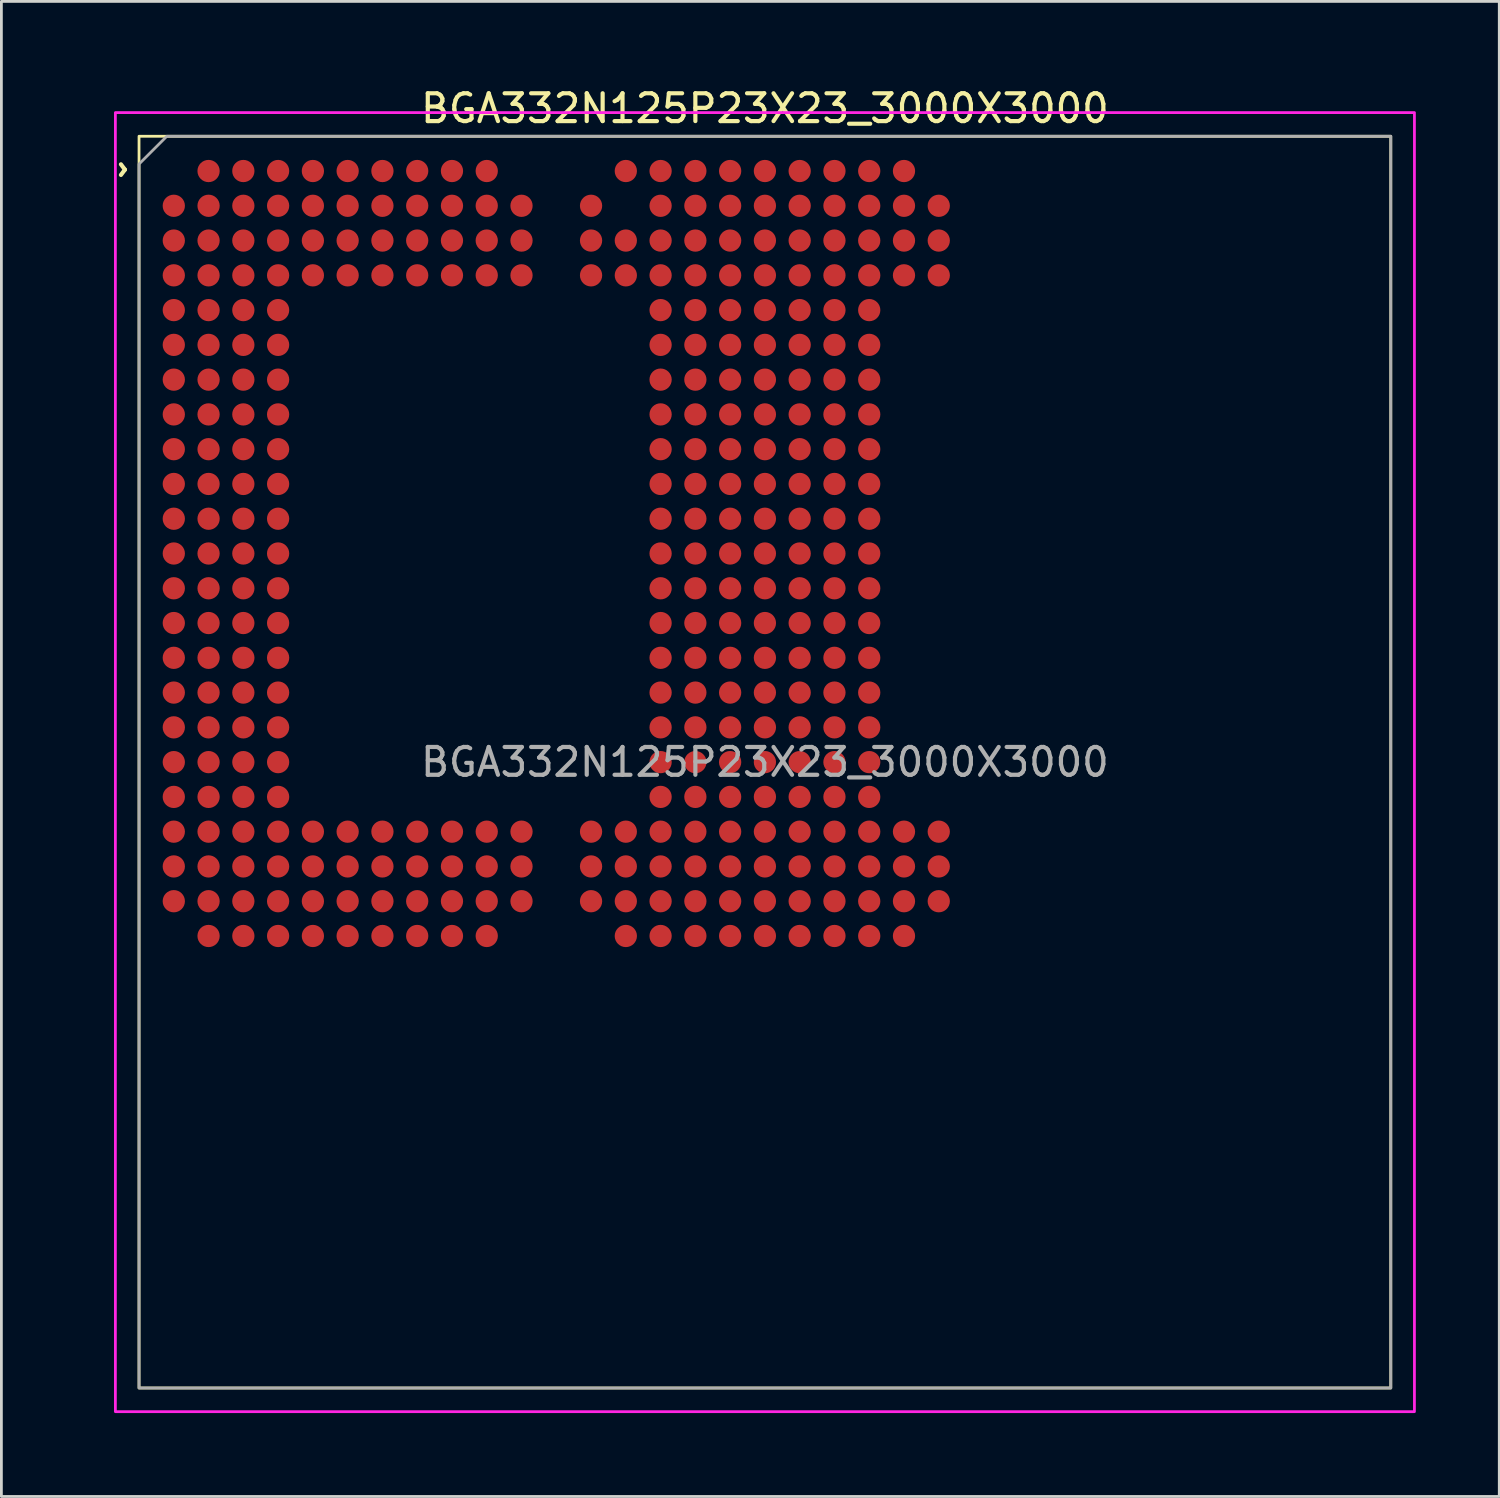
<source format=kicad_pcb>
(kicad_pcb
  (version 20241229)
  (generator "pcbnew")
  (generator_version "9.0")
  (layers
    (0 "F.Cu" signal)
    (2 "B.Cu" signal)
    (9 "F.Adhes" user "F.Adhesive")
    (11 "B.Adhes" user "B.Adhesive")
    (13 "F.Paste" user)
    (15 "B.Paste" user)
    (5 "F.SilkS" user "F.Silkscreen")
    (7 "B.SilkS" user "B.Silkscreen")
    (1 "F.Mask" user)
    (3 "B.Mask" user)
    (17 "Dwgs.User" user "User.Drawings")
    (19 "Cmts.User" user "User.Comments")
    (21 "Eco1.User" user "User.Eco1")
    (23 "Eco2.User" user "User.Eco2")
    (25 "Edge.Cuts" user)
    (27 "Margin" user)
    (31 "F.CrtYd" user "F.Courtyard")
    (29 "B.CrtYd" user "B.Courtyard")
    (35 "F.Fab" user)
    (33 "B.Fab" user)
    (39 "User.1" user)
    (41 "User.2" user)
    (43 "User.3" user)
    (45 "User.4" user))
  (footprint "BGA332N125P23X23_3000X3000"
    (layer "F.Cu")
    (at 24.448 24.348)
    (property "Reference" "BGA332N125P23X23_3000X3000" (at 0 -23.5 0) (layer "F.SilkS") (effects (font (size 1 1) (thickness 0.15))))
    (attr smd)
    (fp_rect (start -22.5 -22.5) (end 22.5 22.5) (stroke (width 0.1) (type default)) (fill no) (layer "F.SilkS"))
    (fp_poly (pts (xy 23.35 23.35) (xy 23.35 -23.35) (xy -23.35 -23.35) (xy -23.35 23.35)) (stroke (width 0.1) (type solid)) (fill no) (layer "F.CrtYd"))
    (fp_poly (pts (xy -22.5 22.5) (xy -22.5 -21.5) (xy -21.5 -22.5) (xy 22.5 -22.5) (xy 22.5 22.5)) (stroke (width 0.1) (type solid)) (fill no) (layer "F.Fab"))
    (fp_text user "^" (at -23.6 -21.3 270) (unlocked yes) (layer "F.SilkS") (effects (font (size 1 1) (thickness 0.15))))
    (fp_text user "${REFERENCE}" (at 0 0 0) (layer "F.Fab") (effects (font (size 1 1) (thickness 0.15))))
    (pad "A2" smd circle (at -20 -21.25) (size 0.8 0.8) (layers "F.Cu" "F.Mask" "F.Paste"))
    (pad "A3" smd circle (at -18.75 -21.25) (size 0.8 0.8) (layers "F.Cu" "F.Mask" "F.Paste"))
    (pad "A4" smd circle (at -17.5 -21.25) (size 0.8 0.8) (layers "F.Cu" "F.Mask" "F.Paste"))
    (pad "A5" smd circle (at -16.25 -21.25) (size 0.8 0.8) (layers "F.Cu" "F.Mask" "F.Paste"))
    (pad "A6" smd circle (at -15 -21.25) (size 0.8 0.8) (layers "F.Cu" "F.Mask" "F.Paste"))
    (pad "A7" smd circle (at -13.75 -21.25) (size 0.8 0.8) (layers "F.Cu" "F.Mask" "F.Paste"))
    (pad "A8" smd circle (at -12.5 -21.25) (size 0.8 0.8) (layers "F.Cu" "F.Mask" "F.Paste"))
    (pad "A9" smd circle (at -11.25 -21.25) (size 0.8 0.8) (layers "F.Cu" "F.Mask" "F.Paste"))
    (pad "A10" smd circle (at -10 -21.25) (size 0.8 0.8) (layers "F.Cu" "F.Mask" "F.Paste"))
    (pad "A14" smd circle (at -5 -21.25) (size 0.8 0.8) (layers "F.Cu" "F.Mask" "F.Paste"))
    (pad "A15" smd circle (at -3.75 -21.25) (size 0.8 0.8) (layers "F.Cu" "F.Mask" "F.Paste"))
    (pad "A16" smd circle (at -2.5 -21.25) (size 0.8 0.8) (layers "F.Cu" "F.Mask" "F.Paste"))
    (pad "A17" smd circle (at -1.25 -21.25) (size 0.8 0.8) (layers "F.Cu" "F.Mask" "F.Paste"))
    (pad "A18" smd circle (at 0 -21.25) (size 0.8 0.8) (layers "F.Cu" "F.Mask" "F.Paste"))
    (pad "A19" smd circle (at 1.25 -21.25) (size 0.8 0.8) (layers "F.Cu" "F.Mask" "F.Paste"))
    (pad "A20" smd circle (at 2.5 -21.25) (size 0.8 0.8) (layers "F.Cu" "F.Mask" "F.Paste"))
    (pad "A21" smd circle (at 3.75 -21.25) (size 0.8 0.8) (layers "F.Cu" "F.Mask" "F.Paste"))
    (pad "A22" smd circle (at 5 -21.25) (size 0.8 0.8) (layers "F.Cu" "F.Mask" "F.Paste"))
    (pad "AA1" smd circle (at -21.25 3.75) (size 0.8 0.8) (layers "F.Cu" "F.Mask" "F.Paste"))
    (pad "AA2" smd circle (at -20 3.75) (size 0.8 0.8) (layers "F.Cu" "F.Mask" "F.Paste"))
    (pad "AA3" smd circle (at -18.75 3.75) (size 0.8 0.8) (layers "F.Cu" "F.Mask" "F.Paste"))
    (pad "AA4" smd circle (at -17.5 3.75) (size 0.8 0.8) (layers "F.Cu" "F.Mask" "F.Paste"))
    (pad "AA5" smd circle (at -16.25 3.75) (size 0.8 0.8) (layers "F.Cu" "F.Mask" "F.Paste"))
    (pad "AA6" smd circle (at -15 3.75) (size 0.8 0.8) (layers "F.Cu" "F.Mask" "F.Paste"))
    (pad "AA7" smd circle (at -13.75 3.75) (size 0.8 0.8) (layers "F.Cu" "F.Mask" "F.Paste"))
    (pad "AA8" smd circle (at -12.5 3.75) (size 0.8 0.8) (layers "F.Cu" "F.Mask" "F.Paste"))
    (pad "AA9" smd circle (at -11.25 3.75) (size 0.8 0.8) (layers "F.Cu" "F.Mask" "F.Paste"))
    (pad "AA10" smd circle (at -10 3.75) (size 0.8 0.8) (layers "F.Cu" "F.Mask" "F.Paste"))
    (pad "AA11" smd circle (at -8.75 3.75) (size 0.8 0.8) (layers "F.Cu" "F.Mask" "F.Paste"))
    (pad "AA13" smd circle (at -6.25 3.75) (size 0.8 0.8) (layers "F.Cu" "F.Mask" "F.Paste"))
    (pad "AA14" smd circle (at -5 3.75) (size 0.8 0.8) (layers "F.Cu" "F.Mask" "F.Paste"))
    (pad "AA15" smd circle (at -3.75 3.75) (size 0.8 0.8) (layers "F.Cu" "F.Mask" "F.Paste"))
    (pad "AA16" smd circle (at -2.5 3.75) (size 0.8 0.8) (layers "F.Cu" "F.Mask" "F.Paste"))
    (pad "AA17" smd circle (at -1.25 3.75) (size 0.8 0.8) (layers "F.Cu" "F.Mask" "F.Paste"))
    (pad "AA18" smd circle (at 0 3.75) (size 0.8 0.8) (layers "F.Cu" "F.Mask" "F.Paste"))
    (pad "AA19" smd circle (at 1.25 3.75) (size 0.8 0.8) (layers "F.Cu" "F.Mask" "F.Paste"))
    (pad "AA20" smd circle (at 2.5 3.75) (size 0.8 0.8) (layers "F.Cu" "F.Mask" "F.Paste"))
    (pad "AA21" smd circle (at 3.75 3.75) (size 0.8 0.8) (layers "F.Cu" "F.Mask" "F.Paste"))
    (pad "AA22" smd circle (at 5 3.75) (size 0.8 0.8) (layers "F.Cu" "F.Mask" "F.Paste"))
    (pad "AA23" smd circle (at 6.25 3.75) (size 0.8 0.8) (layers "F.Cu" "F.Mask" "F.Paste"))
    (pad "AB1" smd circle (at -21.25 5) (size 0.8 0.8) (layers "F.Cu" "F.Mask" "F.Paste"))
    (pad "AB2" smd circle (at -20 5) (size 0.8 0.8) (layers "F.Cu" "F.Mask" "F.Paste"))
    (pad "AB3" smd circle (at -18.75 5) (size 0.8 0.8) (layers "F.Cu" "F.Mask" "F.Paste"))
    (pad "AB4" smd circle (at -17.5 5) (size 0.8 0.8) (layers "F.Cu" "F.Mask" "F.Paste"))
    (pad "AB5" smd circle (at -16.25 5) (size 0.8 0.8) (layers "F.Cu" "F.Mask" "F.Paste"))
    (pad "AB6" smd circle (at -15 5) (size 0.8 0.8) (layers "F.Cu" "F.Mask" "F.Paste"))
    (pad "AB7" smd circle (at -13.75 5) (size 0.8 0.8) (layers "F.Cu" "F.Mask" "F.Paste"))
    (pad "AB8" smd circle (at -12.5 5) (size 0.8 0.8) (layers "F.Cu" "F.Mask" "F.Paste"))
    (pad "AB9" smd circle (at -11.25 5) (size 0.8 0.8) (layers "F.Cu" "F.Mask" "F.Paste"))
    (pad "AB10" smd circle (at -10 5) (size 0.8 0.8) (layers "F.Cu" "F.Mask" "F.Paste"))
    (pad "AB11" smd circle (at -8.75 5) (size 0.8 0.8) (layers "F.Cu" "F.Mask" "F.Paste"))
    (pad "AB13" smd circle (at -6.25 5) (size 0.8 0.8) (layers "F.Cu" "F.Mask" "F.Paste"))
    (pad "AB14" smd circle (at -5 5) (size 0.8 0.8) (layers "F.Cu" "F.Mask" "F.Paste"))
    (pad "AB15" smd circle (at -3.75 5) (size 0.8 0.8) (layers "F.Cu" "F.Mask" "F.Paste"))
    (pad "AB16" smd circle (at -2.5 5) (size 0.8 0.8) (layers "F.Cu" "F.Mask" "F.Paste"))
    (pad "AB17" smd circle (at -1.25 5) (size 0.8 0.8) (layers "F.Cu" "F.Mask" "F.Paste"))
    (pad "AB18" smd circle (at 0 5) (size 0.8 0.8) (layers "F.Cu" "F.Mask" "F.Paste"))
    (pad "AB19" smd circle (at 1.25 5) (size 0.8 0.8) (layers "F.Cu" "F.Mask" "F.Paste"))
    (pad "AB20" smd circle (at 2.5 5) (size 0.8 0.8) (layers "F.Cu" "F.Mask" "F.Paste"))
    (pad "AB21" smd circle (at 3.75 5) (size 0.8 0.8) (layers "F.Cu" "F.Mask" "F.Paste"))
    (pad "AB22" smd circle (at 5 5) (size 0.8 0.8) (layers "F.Cu" "F.Mask" "F.Paste"))
    (pad "AB23" smd circle (at 6.25 5) (size 0.8 0.8) (layers "F.Cu" "F.Mask" "F.Paste"))
    (pad "AC2" smd circle (at -20 6.25) (size 0.8 0.8) (layers "F.Cu" "F.Mask" "F.Paste"))
    (pad "AC3" smd circle (at -18.75 6.25) (size 0.8 0.8) (layers "F.Cu" "F.Mask" "F.Paste"))
    (pad "AC4" smd circle (at -17.5 6.25) (size 0.8 0.8) (layers "F.Cu" "F.Mask" "F.Paste"))
    (pad "AC5" smd circle (at -16.25 6.25) (size 0.8 0.8) (layers "F.Cu" "F.Mask" "F.Paste"))
    (pad "AC6" smd circle (at -15 6.25) (size 0.8 0.8) (layers "F.Cu" "F.Mask" "F.Paste"))
    (pad "AC7" smd circle (at -13.75 6.25) (size 0.8 0.8) (layers "F.Cu" "F.Mask" "F.Paste"))
    (pad "AC8" smd circle (at -12.5 6.25) (size 0.8 0.8) (layers "F.Cu" "F.Mask" "F.Paste"))
    (pad "AC9" smd circle (at -11.25 6.25) (size 0.8 0.8) (layers "F.Cu" "F.Mask" "F.Paste"))
    (pad "AC10" smd circle (at -10 6.25) (size 0.8 0.8) (layers "F.Cu" "F.Mask" "F.Paste"))
    (pad "AC14" smd circle (at -5 6.25) (size 0.8 0.8) (layers "F.Cu" "F.Mask" "F.Paste"))
    (pad "AC15" smd circle (at -3.75 6.25) (size 0.8 0.8) (layers "F.Cu" "F.Mask" "F.Paste"))
    (pad "AC16" smd circle (at -2.5 6.25) (size 0.8 0.8) (layers "F.Cu" "F.Mask" "F.Paste"))
    (pad "AC17" smd circle (at -1.25 6.25) (size 0.8 0.8) (layers "F.Cu" "F.Mask" "F.Paste"))
    (pad "AC18" smd circle (at 0 6.25) (size 0.8 0.8) (layers "F.Cu" "F.Mask" "F.Paste"))
    (pad "AC19" smd circle (at 1.25 6.25) (size 0.8 0.8) (layers "F.Cu" "F.Mask" "F.Paste"))
    (pad "AC20" smd circle (at 2.5 6.25) (size 0.8 0.8) (layers "F.Cu" "F.Mask" "F.Paste"))
    (pad "AC21" smd circle (at 3.75 6.25) (size 0.8 0.8) (layers "F.Cu" "F.Mask" "F.Paste"))
    (pad "AC22" smd circle (at 5 6.25) (size 0.8 0.8) (layers "F.Cu" "F.Mask" "F.Paste"))
    (pad "B1" smd circle (at -21.25 -20) (size 0.8 0.8) (layers "F.Cu" "F.Mask" "F.Paste"))
    (pad "B2" smd circle (at -20 -20) (size 0.8 0.8) (layers "F.Cu" "F.Mask" "F.Paste"))
    (pad "B3" smd circle (at -18.75 -20) (size 0.8 0.8) (layers "F.Cu" "F.Mask" "F.Paste"))
    (pad "B4" smd circle (at -17.5 -20) (size 0.8 0.8) (layers "F.Cu" "F.Mask" "F.Paste"))
    (pad "B5" smd circle (at -16.25 -20) (size 0.8 0.8) (layers "F.Cu" "F.Mask" "F.Paste"))
    (pad "B6" smd circle (at -15 -20) (size 0.8 0.8) (layers "F.Cu" "F.Mask" "F.Paste"))
    (pad "B7" smd circle (at -13.75 -20) (size 0.8 0.8) (layers "F.Cu" "F.Mask" "F.Paste"))
    (pad "B8" smd circle (at -12.5 -20) (size 0.8 0.8) (layers "F.Cu" "F.Mask" "F.Paste"))
    (pad "B9" smd circle (at -11.25 -20) (size 0.8 0.8) (layers "F.Cu" "F.Mask" "F.Paste"))
    (pad "B10" smd circle (at -10 -20) (size 0.8 0.8) (layers "F.Cu" "F.Mask" "F.Paste"))
    (pad "B11" smd circle (at -8.75 -20) (size 0.8 0.8) (layers "F.Cu" "F.Mask" "F.Paste"))
    (pad "B13" smd circle (at -6.25 -20) (size 0.8 0.8) (layers "F.Cu" "F.Mask" "F.Paste"))
    (pad "B15" smd circle (at -3.75 -20) (size 0.8 0.8) (layers "F.Cu" "F.Mask" "F.Paste"))
    (pad "B16" smd circle (at -2.5 -20) (size 0.8 0.8) (layers "F.Cu" "F.Mask" "F.Paste"))
    (pad "B17" smd circle (at -1.25 -20) (size 0.8 0.8) (layers "F.Cu" "F.Mask" "F.Paste"))
    (pad "B18" smd circle (at 0 -20) (size 0.8 0.8) (layers "F.Cu" "F.Mask" "F.Paste"))
    (pad "B19" smd circle (at 1.25 -20) (size 0.8 0.8) (layers "F.Cu" "F.Mask" "F.Paste"))
    (pad "B20" smd circle (at 2.5 -20) (size 0.8 0.8) (layers "F.Cu" "F.Mask" "F.Paste"))
    (pad "B21" smd circle (at 3.75 -20) (size 0.8 0.8) (layers "F.Cu" "F.Mask" "F.Paste"))
    (pad "B22" smd circle (at 5 -20) (size 0.8 0.8) (layers "F.Cu" "F.Mask" "F.Paste"))
    (pad "B23" smd circle (at 6.25 -20) (size 0.8 0.8) (layers "F.Cu" "F.Mask" "F.Paste"))
    (pad "C1" smd circle (at -21.25 -18.75) (size 0.8 0.8) (layers "F.Cu" "F.Mask" "F.Paste"))
    (pad "C2" smd circle (at -20 -18.75) (size 0.8 0.8) (layers "F.Cu" "F.Mask" "F.Paste"))
    (pad "C3" smd circle (at -18.75 -18.75) (size 0.8 0.8) (layers "F.Cu" "F.Mask" "F.Paste"))
    (pad "C4" smd circle (at -17.5 -18.75) (size 0.8 0.8) (layers "F.Cu" "F.Mask" "F.Paste"))
    (pad "C5" smd circle (at -16.25 -18.75) (size 0.8 0.8) (layers "F.Cu" "F.Mask" "F.Paste"))
    (pad "C6" smd circle (at -15 -18.75) (size 0.8 0.8) (layers "F.Cu" "F.Mask" "F.Paste"))
    (pad "C7" smd circle (at -13.75 -18.75) (size 0.8 0.8) (layers "F.Cu" "F.Mask" "F.Paste"))
    (pad "C8" smd circle (at -12.5 -18.75) (size 0.8 0.8) (layers "F.Cu" "F.Mask" "F.Paste"))
    (pad "C9" smd circle (at -11.25 -18.75) (size 0.8 0.8) (layers "F.Cu" "F.Mask" "F.Paste"))
    (pad "C10" smd circle (at -10 -18.75) (size 0.8 0.8) (layers "F.Cu" "F.Mask" "F.Paste"))
    (pad "C11" smd circle (at -8.75 -18.75) (size 0.8 0.8) (layers "F.Cu" "F.Mask" "F.Paste"))
    (pad "C13" smd circle (at -6.25 -18.75) (size 0.8 0.8) (layers "F.Cu" "F.Mask" "F.Paste"))
    (pad "C14" smd circle (at -5 -18.75) (size 0.8 0.8) (layers "F.Cu" "F.Mask" "F.Paste"))
    (pad "C15" smd circle (at -3.75 -18.75) (size 0.8 0.8) (layers "F.Cu" "F.Mask" "F.Paste"))
    (pad "C16" smd circle (at -2.5 -18.75) (size 0.8 0.8) (layers "F.Cu" "F.Mask" "F.Paste"))
    (pad "C17" smd circle (at -1.25 -18.75) (size 0.8 0.8) (layers "F.Cu" "F.Mask" "F.Paste"))
    (pad "C18" smd circle (at 0 -18.75) (size 0.8 0.8) (layers "F.Cu" "F.Mask" "F.Paste"))
    (pad "C19" smd circle (at 1.25 -18.75) (size 0.8 0.8) (layers "F.Cu" "F.Mask" "F.Paste"))
    (pad "C20" smd circle (at 2.5 -18.75) (size 0.8 0.8) (layers "F.Cu" "F.Mask" "F.Paste"))
    (pad "C21" smd circle (at 3.75 -18.75) (size 0.8 0.8) (layers "F.Cu" "F.Mask" "F.Paste"))
    (pad "C22" smd circle (at 5 -18.75) (size 0.8 0.8) (layers "F.Cu" "F.Mask" "F.Paste"))
    (pad "C23" smd circle (at 6.25 -18.75) (size 0.8 0.8) (layers "F.Cu" "F.Mask" "F.Paste"))
    (pad "D1" smd circle (at -21.25 -17.5) (size 0.8 0.8) (layers "F.Cu" "F.Mask" "F.Paste"))
    (pad "D2" smd circle (at -20 -17.5) (size 0.8 0.8) (layers "F.Cu" "F.Mask" "F.Paste"))
    (pad "D3" smd circle (at -18.75 -17.5) (size 0.8 0.8) (layers "F.Cu" "F.Mask" "F.Paste"))
    (pad "D4" smd circle (at -17.5 -17.5) (size 0.8 0.8) (layers "F.Cu" "F.Mask" "F.Paste"))
    (pad "D5" smd circle (at -16.25 -17.5) (size 0.8 0.8) (layers "F.Cu" "F.Mask" "F.Paste"))
    (pad "D6" smd circle (at -15 -17.5) (size 0.8 0.8) (layers "F.Cu" "F.Mask" "F.Paste"))
    (pad "D7" smd circle (at -13.75 -17.5) (size 0.8 0.8) (layers "F.Cu" "F.Mask" "F.Paste"))
    (pad "D8" smd circle (at -12.5 -17.5) (size 0.8 0.8) (layers "F.Cu" "F.Mask" "F.Paste"))
    (pad "D9" smd circle (at -11.25 -17.5) (size 0.8 0.8) (layers "F.Cu" "F.Mask" "F.Paste"))
    (pad "D10" smd circle (at -10 -17.5) (size 0.8 0.8) (layers "F.Cu" "F.Mask" "F.Paste"))
    (pad "D11" smd circle (at -8.75 -17.5) (size 0.8 0.8) (layers "F.Cu" "F.Mask" "F.Paste"))
    (pad "D13" smd circle (at -6.25 -17.5) (size 0.8 0.8) (layers "F.Cu" "F.Mask" "F.Paste"))
    (pad "D14" smd circle (at -5 -17.5) (size 0.8 0.8) (layers "F.Cu" "F.Mask" "F.Paste"))
    (pad "D15" smd circle (at -3.75 -17.5) (size 0.8 0.8) (layers "F.Cu" "F.Mask" "F.Paste"))
    (pad "D16" smd circle (at -2.5 -17.5) (size 0.8 0.8) (layers "F.Cu" "F.Mask" "F.Paste"))
    (pad "D17" smd circle (at -1.25 -17.5) (size 0.8 0.8) (layers "F.Cu" "F.Mask" "F.Paste"))
    (pad "D18" smd circle (at 0 -17.5) (size 0.8 0.8) (layers "F.Cu" "F.Mask" "F.Paste"))
    (pad "D19" smd circle (at 1.25 -17.5) (size 0.8 0.8) (layers "F.Cu" "F.Mask" "F.Paste"))
    (pad "D20" smd circle (at 2.5 -17.5) (size 0.8 0.8) (layers "F.Cu" "F.Mask" "F.Paste"))
    (pad "D21" smd circle (at 3.75 -17.5) (size 0.8 0.8) (layers "F.Cu" "F.Mask" "F.Paste"))
    (pad "D22" smd circle (at 5 -17.5) (size 0.8 0.8) (layers "F.Cu" "F.Mask" "F.Paste"))
    (pad "D23" smd circle (at 6.25 -17.5) (size 0.8 0.8) (layers "F.Cu" "F.Mask" "F.Paste"))
    (pad "E1" smd circle (at -21.25 -16.25) (size 0.8 0.8) (layers "F.Cu" "F.Mask" "F.Paste"))
    (pad "E2" smd circle (at -20 -16.25) (size 0.8 0.8) (layers "F.Cu" "F.Mask" "F.Paste"))
    (pad "E3" smd circle (at -18.75 -16.25) (size 0.8 0.8) (layers "F.Cu" "F.Mask" "F.Paste"))
    (pad "E4" smd circle (at -17.5 -16.25) (size 0.8 0.8) (layers "F.Cu" "F.Mask" "F.Paste"))
    (pad "E15" smd circle (at -3.75 -16.25) (size 0.8 0.8) (layers "F.Cu" "F.Mask" "F.Paste"))
    (pad "E16" smd circle (at -2.5 -16.25) (size 0.8 0.8) (layers "F.Cu" "F.Mask" "F.Paste"))
    (pad "E17" smd circle (at -1.25 -16.25) (size 0.8 0.8) (layers "F.Cu" "F.Mask" "F.Paste"))
    (pad "E18" smd circle (at 0 -16.25) (size 0.8 0.8) (layers "F.Cu" "F.Mask" "F.Paste"))
    (pad "E19" smd circle (at 1.25 -16.25) (size 0.8 0.8) (layers "F.Cu" "F.Mask" "F.Paste"))
    (pad "E20" smd circle (at 2.5 -16.25) (size 0.8 0.8) (layers "F.Cu" "F.Mask" "F.Paste"))
    (pad "E21" smd circle (at 3.75 -16.25) (size 0.8 0.8) (layers "F.Cu" "F.Mask" "F.Paste"))
    (pad "F1" smd circle (at -21.25 -15) (size 0.8 0.8) (layers "F.Cu" "F.Mask" "F.Paste"))
    (pad "F2" smd circle (at -20 -15) (size 0.8 0.8) (layers "F.Cu" "F.Mask" "F.Paste"))
    (pad "F3" smd circle (at -18.75 -15) (size 0.8 0.8) (layers "F.Cu" "F.Mask" "F.Paste"))
    (pad "F4" smd circle (at -17.5 -15) (size 0.8 0.8) (layers "F.Cu" "F.Mask" "F.Paste"))
    (pad "F15" smd circle (at -3.75 -15) (size 0.8 0.8) (layers "F.Cu" "F.Mask" "F.Paste"))
    (pad "F16" smd circle (at -2.5 -15) (size 0.8 0.8) (layers "F.Cu" "F.Mask" "F.Paste"))
    (pad "F17" smd circle (at -1.25 -15) (size 0.8 0.8) (layers "F.Cu" "F.Mask" "F.Paste"))
    (pad "F18" smd circle (at 0 -15) (size 0.8 0.8) (layers "F.Cu" "F.Mask" "F.Paste"))
    (pad "F19" smd circle (at 1.25 -15) (size 0.8 0.8) (layers "F.Cu" "F.Mask" "F.Paste"))
    (pad "F20" smd circle (at 2.5 -15) (size 0.8 0.8) (layers "F.Cu" "F.Mask" "F.Paste"))
    (pad "F21" smd circle (at 3.75 -15) (size 0.8 0.8) (layers "F.Cu" "F.Mask" "F.Paste"))
    (pad "G1" smd circle (at -21.25 -13.75) (size 0.8 0.8) (layers "F.Cu" "F.Mask" "F.Paste"))
    (pad "G2" smd circle (at -20 -13.75) (size 0.8 0.8) (layers "F.Cu" "F.Mask" "F.Paste"))
    (pad "G3" smd circle (at -18.75 -13.75) (size 0.8 0.8) (layers "F.Cu" "F.Mask" "F.Paste"))
    (pad "G4" smd circle (at -17.5 -13.75) (size 0.8 0.8) (layers "F.Cu" "F.Mask" "F.Paste"))
    (pad "G15" smd circle (at -3.75 -13.75) (size 0.8 0.8) (layers "F.Cu" "F.Mask" "F.Paste"))
    (pad "G16" smd circle (at -2.5 -13.75) (size 0.8 0.8) (layers "F.Cu" "F.Mask" "F.Paste"))
    (pad "G17" smd circle (at -1.25 -13.75) (size 0.8 0.8) (layers "F.Cu" "F.Mask" "F.Paste"))
    (pad "G18" smd circle (at 0 -13.75) (size 0.8 0.8) (layers "F.Cu" "F.Mask" "F.Paste"))
    (pad "G19" smd circle (at 1.25 -13.75) (size 0.8 0.8) (layers "F.Cu" "F.Mask" "F.Paste"))
    (pad "G20" smd circle (at 2.5 -13.75) (size 0.8 0.8) (layers "F.Cu" "F.Mask" "F.Paste"))
    (pad "G21" smd circle (at 3.75 -13.75) (size 0.8 0.8) (layers "F.Cu" "F.Mask" "F.Paste"))
    (pad "H1" smd circle (at -21.25 -12.5) (size 0.8 0.8) (layers "F.Cu" "F.Mask" "F.Paste"))
    (pad "H2" smd circle (at -20 -12.5) (size 0.8 0.8) (layers "F.Cu" "F.Mask" "F.Paste"))
    (pad "H3" smd circle (at -18.75 -12.5) (size 0.8 0.8) (layers "F.Cu" "F.Mask" "F.Paste"))
    (pad "H4" smd circle (at -17.5 -12.5) (size 0.8 0.8) (layers "F.Cu" "F.Mask" "F.Paste"))
    (pad "H15" smd circle (at -3.75 -12.5) (size 0.8 0.8) (layers "F.Cu" "F.Mask" "F.Paste"))
    (pad "H16" smd circle (at -2.5 -12.5) (size 0.8 0.8) (layers "F.Cu" "F.Mask" "F.Paste"))
    (pad "H17" smd circle (at -1.25 -12.5) (size 0.8 0.8) (layers "F.Cu" "F.Mask" "F.Paste"))
    (pad "H18" smd circle (at 0 -12.5) (size 0.8 0.8) (layers "F.Cu" "F.Mask" "F.Paste"))
    (pad "H19" smd circle (at 1.25 -12.5) (size 0.8 0.8) (layers "F.Cu" "F.Mask" "F.Paste"))
    (pad "H20" smd circle (at 2.5 -12.5) (size 0.8 0.8) (layers "F.Cu" "F.Mask" "F.Paste"))
    (pad "H21" smd circle (at 3.75 -12.5) (size 0.8 0.8) (layers "F.Cu" "F.Mask" "F.Paste"))
    (pad "J1" smd circle (at -21.25 -11.25) (size 0.8 0.8) (layers "F.Cu" "F.Mask" "F.Paste"))
    (pad "J2" smd circle (at -20 -11.25) (size 0.8 0.8) (layers "F.Cu" "F.Mask" "F.Paste"))
    (pad "J3" smd circle (at -18.75 -11.25) (size 0.8 0.8) (layers "F.Cu" "F.Mask" "F.Paste"))
    (pad "J4" smd circle (at -17.5 -11.25) (size 0.8 0.8) (layers "F.Cu" "F.Mask" "F.Paste"))
    (pad "J15" smd circle (at -3.75 -11.25) (size 0.8 0.8) (layers "F.Cu" "F.Mask" "F.Paste"))
    (pad "J16" smd circle (at -2.5 -11.25) (size 0.8 0.8) (layers "F.Cu" "F.Mask" "F.Paste"))
    (pad "J17" smd circle (at -1.25 -11.25) (size 0.8 0.8) (layers "F.Cu" "F.Mask" "F.Paste"))
    (pad "J18" smd circle (at 0 -11.25) (size 0.8 0.8) (layers "F.Cu" "F.Mask" "F.Paste"))
    (pad "J19" smd circle (at 1.25 -11.25) (size 0.8 0.8) (layers "F.Cu" "F.Mask" "F.Paste"))
    (pad "J20" smd circle (at 2.5 -11.25) (size 0.8 0.8) (layers "F.Cu" "F.Mask" "F.Paste"))
    (pad "J21" smd circle (at 3.75 -11.25) (size 0.8 0.8) (layers "F.Cu" "F.Mask" "F.Paste"))
    (pad "K1" smd circle (at -21.25 -10) (size 0.8 0.8) (layers "F.Cu" "F.Mask" "F.Paste"))
    (pad "K2" smd circle (at -20 -10) (size 0.8 0.8) (layers "F.Cu" "F.Mask" "F.Paste"))
    (pad "K3" smd circle (at -18.75 -10) (size 0.8 0.8) (layers "F.Cu" "F.Mask" "F.Paste"))
    (pad "K4" smd circle (at -17.5 -10) (size 0.8 0.8) (layers "F.Cu" "F.Mask" "F.Paste"))
    (pad "K15" smd circle (at -3.75 -10) (size 0.8 0.8) (layers "F.Cu" "F.Mask" "F.Paste"))
    (pad "K16" smd circle (at -2.5 -10) (size 0.8 0.8) (layers "F.Cu" "F.Mask" "F.Paste"))
    (pad "K17" smd circle (at -1.25 -10) (size 0.8 0.8) (layers "F.Cu" "F.Mask" "F.Paste"))
    (pad "K18" smd circle (at 0 -10) (size 0.8 0.8) (layers "F.Cu" "F.Mask" "F.Paste"))
    (pad "K19" smd circle (at 1.25 -10) (size 0.8 0.8) (layers "F.Cu" "F.Mask" "F.Paste"))
    (pad "K20" smd circle (at 2.5 -10) (size 0.8 0.8) (layers "F.Cu" "F.Mask" "F.Paste"))
    (pad "K21" smd circle (at 3.75 -10) (size 0.8 0.8) (layers "F.Cu" "F.Mask" "F.Paste"))
    (pad "L1" smd circle (at -21.25 -8.75) (size 0.8 0.8) (layers "F.Cu" "F.Mask" "F.Paste"))
    (pad "L2" smd circle (at -20 -8.75) (size 0.8 0.8) (layers "F.Cu" "F.Mask" "F.Paste"))
    (pad "L3" smd circle (at -18.75 -8.75) (size 0.8 0.8) (layers "F.Cu" "F.Mask" "F.Paste"))
    (pad "L4" smd circle (at -17.5 -8.75) (size 0.8 0.8) (layers "F.Cu" "F.Mask" "F.Paste"))
    (pad "L15" smd circle (at -3.75 -8.75) (size 0.8 0.8) (layers "F.Cu" "F.Mask" "F.Paste"))
    (pad "L16" smd circle (at -2.5 -8.75) (size 0.8 0.8) (layers "F.Cu" "F.Mask" "F.Paste"))
    (pad "L17" smd circle (at -1.25 -8.75) (size 0.8 0.8) (layers "F.Cu" "F.Mask" "F.Paste"))
    (pad "L18" smd circle (at 0 -8.75) (size 0.8 0.8) (layers "F.Cu" "F.Mask" "F.Paste"))
    (pad "L19" smd circle (at 1.25 -8.75) (size 0.8 0.8) (layers "F.Cu" "F.Mask" "F.Paste"))
    (pad "L20" smd circle (at 2.5 -8.75) (size 0.8 0.8) (layers "F.Cu" "F.Mask" "F.Paste"))
    (pad "L21" smd circle (at 3.75 -8.75) (size 0.8 0.8) (layers "F.Cu" "F.Mask" "F.Paste"))
    (pad "M1" smd circle (at -21.25 -7.5) (size 0.8 0.8) (layers "F.Cu" "F.Mask" "F.Paste"))
    (pad "M2" smd circle (at -20 -7.5) (size 0.8 0.8) (layers "F.Cu" "F.Mask" "F.Paste"))
    (pad "M3" smd circle (at -18.75 -7.5) (size 0.8 0.8) (layers "F.Cu" "F.Mask" "F.Paste"))
    (pad "M4" smd circle (at -17.5 -7.5) (size 0.8 0.8) (layers "F.Cu" "F.Mask" "F.Paste"))
    (pad "M15" smd circle (at -3.75 -7.5) (size 0.8 0.8) (layers "F.Cu" "F.Mask" "F.Paste"))
    (pad "M16" smd circle (at -2.5 -7.5) (size 0.8 0.8) (layers "F.Cu" "F.Mask" "F.Paste"))
    (pad "M17" smd circle (at -1.25 -7.5) (size 0.8 0.8) (layers "F.Cu" "F.Mask" "F.Paste"))
    (pad "M18" smd circle (at 0 -7.5) (size 0.8 0.8) (layers "F.Cu" "F.Mask" "F.Paste"))
    (pad "M19" smd circle (at 1.25 -7.5) (size 0.8 0.8) (layers "F.Cu" "F.Mask" "F.Paste"))
    (pad "M20" smd circle (at 2.5 -7.5) (size 0.8 0.8) (layers "F.Cu" "F.Mask" "F.Paste"))
    (pad "M21" smd circle (at 3.75 -7.5) (size 0.8 0.8) (layers "F.Cu" "F.Mask" "F.Paste"))
    (pad "N1" smd circle (at -21.25 -6.25) (size 0.8 0.8) (layers "F.Cu" "F.Mask" "F.Paste"))
    (pad "N2" smd circle (at -20 -6.25) (size 0.8 0.8) (layers "F.Cu" "F.Mask" "F.Paste"))
    (pad "N3" smd circle (at -18.75 -6.25) (size 0.8 0.8) (layers "F.Cu" "F.Mask" "F.Paste"))
    (pad "N4" smd circle (at -17.5 -6.25) (size 0.8 0.8) (layers "F.Cu" "F.Mask" "F.Paste"))
    (pad "N15" smd circle (at -3.75 -6.25) (size 0.8 0.8) (layers "F.Cu" "F.Mask" "F.Paste"))
    (pad "N16" smd circle (at -2.5 -6.25) (size 0.8 0.8) (layers "F.Cu" "F.Mask" "F.Paste"))
    (pad "N17" smd circle (at -1.25 -6.25) (size 0.8 0.8) (layers "F.Cu" "F.Mask" "F.Paste"))
    (pad "N18" smd circle (at 0 -6.25) (size 0.8 0.8) (layers "F.Cu" "F.Mask" "F.Paste"))
    (pad "N19" smd circle (at 1.25 -6.25) (size 0.8 0.8) (layers "F.Cu" "F.Mask" "F.Paste"))
    (pad "N20" smd circle (at 2.5 -6.25) (size 0.8 0.8) (layers "F.Cu" "F.Mask" "F.Paste"))
    (pad "N21" smd circle (at 3.75 -6.25) (size 0.8 0.8) (layers "F.Cu" "F.Mask" "F.Paste"))
    (pad "P1" smd circle (at -21.25 -5) (size 0.8 0.8) (layers "F.Cu" "F.Mask" "F.Paste"))
    (pad "P2" smd circle (at -20 -5) (size 0.8 0.8) (layers "F.Cu" "F.Mask" "F.Paste"))
    (pad "P3" smd circle (at -18.75 -5) (size 0.8 0.8) (layers "F.Cu" "F.Mask" "F.Paste"))
    (pad "P4" smd circle (at -17.5 -5) (size 0.8 0.8) (layers "F.Cu" "F.Mask" "F.Paste"))
    (pad "P15" smd circle (at -3.75 -5) (size 0.8 0.8) (layers "F.Cu" "F.Mask" "F.Paste"))
    (pad "P16" smd circle (at -2.5 -5) (size 0.8 0.8) (layers "F.Cu" "F.Mask" "F.Paste"))
    (pad "P17" smd circle (at -1.25 -5) (size 0.8 0.8) (layers "F.Cu" "F.Mask" "F.Paste"))
    (pad "P18" smd circle (at 0 -5) (size 0.8 0.8) (layers "F.Cu" "F.Mask" "F.Paste"))
    (pad "P19" smd circle (at 1.25 -5) (size 0.8 0.8) (layers "F.Cu" "F.Mask" "F.Paste"))
    (pad "P20" smd circle (at 2.5 -5) (size 0.8 0.8) (layers "F.Cu" "F.Mask" "F.Paste"))
    (pad "P21" smd circle (at 3.75 -5) (size 0.8 0.8) (layers "F.Cu" "F.Mask" "F.Paste"))
    (pad "R1" smd circle (at -21.25 -3.75) (size 0.8 0.8) (layers "F.Cu" "F.Mask" "F.Paste"))
    (pad "R2" smd circle (at -20 -3.75) (size 0.8 0.8) (layers "F.Cu" "F.Mask" "F.Paste"))
    (pad "R3" smd circle (at -18.75 -3.75) (size 0.8 0.8) (layers "F.Cu" "F.Mask" "F.Paste"))
    (pad "R4" smd circle (at -17.5 -3.75) (size 0.8 0.8) (layers "F.Cu" "F.Mask" "F.Paste"))
    (pad "R15" smd circle (at -3.75 -3.75) (size 0.8 0.8) (layers "F.Cu" "F.Mask" "F.Paste"))
    (pad "R16" smd circle (at -2.5 -3.75) (size 0.8 0.8) (layers "F.Cu" "F.Mask" "F.Paste"))
    (pad "R17" smd circle (at -1.25 -3.75) (size 0.8 0.8) (layers "F.Cu" "F.Mask" "F.Paste"))
    (pad "R18" smd circle (at 0 -3.75) (size 0.8 0.8) (layers "F.Cu" "F.Mask" "F.Paste"))
    (pad "R19" smd circle (at 1.25 -3.75) (size 0.8 0.8) (layers "F.Cu" "F.Mask" "F.Paste"))
    (pad "R20" smd circle (at 2.5 -3.75) (size 0.8 0.8) (layers "F.Cu" "F.Mask" "F.Paste"))
    (pad "R21" smd circle (at 3.75 -3.75) (size 0.8 0.8) (layers "F.Cu" "F.Mask" "F.Paste"))
    (pad "T1" smd circle (at -21.25 -2.5) (size 0.8 0.8) (layers "F.Cu" "F.Mask" "F.Paste"))
    (pad "T2" smd circle (at -20 -2.5) (size 0.8 0.8) (layers "F.Cu" "F.Mask" "F.Paste"))
    (pad "T3" smd circle (at -18.75 -2.5) (size 0.8 0.8) (layers "F.Cu" "F.Mask" "F.Paste"))
    (pad "T4" smd circle (at -17.5 -2.5) (size 0.8 0.8) (layers "F.Cu" "F.Mask" "F.Paste"))
    (pad "T15" smd circle (at -3.75 -2.5) (size 0.8 0.8) (layers "F.Cu" "F.Mask" "F.Paste"))
    (pad "T16" smd circle (at -2.5 -2.5) (size 0.8 0.8) (layers "F.Cu" "F.Mask" "F.Paste"))
    (pad "T17" smd circle (at -1.25 -2.5) (size 0.8 0.8) (layers "F.Cu" "F.Mask" "F.Paste"))
    (pad "T18" smd circle (at 0 -2.5) (size 0.8 0.8) (layers "F.Cu" "F.Mask" "F.Paste"))
    (pad "T19" smd circle (at 1.25 -2.5) (size 0.8 0.8) (layers "F.Cu" "F.Mask" "F.Paste"))
    (pad "T20" smd circle (at 2.5 -2.5) (size 0.8 0.8) (layers "F.Cu" "F.Mask" "F.Paste"))
    (pad "T21" smd circle (at 3.75 -2.5) (size 0.8 0.8) (layers "F.Cu" "F.Mask" "F.Paste"))
    (pad "U1" smd circle (at -21.25 -1.25) (size 0.8 0.8) (layers "F.Cu" "F.Mask" "F.Paste"))
    (pad "U2" smd circle (at -20 -1.25) (size 0.8 0.8) (layers "F.Cu" "F.Mask" "F.Paste"))
    (pad "U3" smd circle (at -18.75 -1.25) (size 0.8 0.8) (layers "F.Cu" "F.Mask" "F.Paste"))
    (pad "U4" smd circle (at -17.5 -1.25) (size 0.8 0.8) (layers "F.Cu" "F.Mask" "F.Paste"))
    (pad "U15" smd circle (at -3.75 -1.25) (size 0.8 0.8) (layers "F.Cu" "F.Mask" "F.Paste"))
    (pad "U16" smd circle (at -2.5 -1.25) (size 0.8 0.8) (layers "F.Cu" "F.Mask" "F.Paste"))
    (pad "U17" smd circle (at -1.25 -1.25) (size 0.8 0.8) (layers "F.Cu" "F.Mask" "F.Paste"))
    (pad "U18" smd circle (at 0 -1.25) (size 0.8 0.8) (layers "F.Cu" "F.Mask" "F.Paste"))
    (pad "U19" smd circle (at 1.25 -1.25) (size 0.8 0.8) (layers "F.Cu" "F.Mask" "F.Paste"))
    (pad "U20" smd circle (at 2.5 -1.25) (size 0.8 0.8) (layers "F.Cu" "F.Mask" "F.Paste"))
    (pad "U21" smd circle (at 3.75 -1.25) (size 0.8 0.8) (layers "F.Cu" "F.Mask" "F.Paste"))
    (pad "V1" smd circle (at -21.25 0) (size 0.8 0.8) (layers "F.Cu" "F.Mask" "F.Paste"))
    (pad "V2" smd circle (at -20 0) (size 0.8 0.8) (layers "F.Cu" "F.Mask" "F.Paste"))
    (pad "V3" smd circle (at -18.75 0) (size 0.8 0.8) (layers "F.Cu" "F.Mask" "F.Paste"))
    (pad "V4" smd circle (at -17.5 0) (size 0.8 0.8) (layers "F.Cu" "F.Mask" "F.Paste"))
    (pad "V15" smd circle (at -3.75 0) (size 0.8 0.8) (layers "F.Cu" "F.Mask" "F.Paste"))
    (pad "V16" smd circle (at -2.5 0) (size 0.8 0.8) (layers "F.Cu" "F.Mask" "F.Paste"))
    (pad "V17" smd circle (at -1.25 0) (size 0.8 0.8) (layers "F.Cu" "F.Mask" "F.Paste"))
    (pad "V18" smd circle (at 0 0) (size 0.8 0.8) (layers "F.Cu" "F.Mask" "F.Paste"))
    (pad "V19" smd circle (at 1.25 0) (size 0.8 0.8) (layers "F.Cu" "F.Mask" "F.Paste"))
    (pad "V20" smd circle (at 2.5 0) (size 0.8 0.8) (layers "F.Cu" "F.Mask" "F.Paste"))
    (pad "V21" smd circle (at 3.75 0) (size 0.8 0.8) (layers "F.Cu" "F.Mask" "F.Paste"))
    (pad "W1" smd circle (at -21.25 1.25) (size 0.8 0.8) (layers "F.Cu" "F.Mask" "F.Paste"))
    (pad "W2" smd circle (at -20 1.25) (size 0.8 0.8) (layers "F.Cu" "F.Mask" "F.Paste"))
    (pad "W3" smd circle (at -18.75 1.25) (size 0.8 0.8) (layers "F.Cu" "F.Mask" "F.Paste"))
    (pad "W4" smd circle (at -17.5 1.25) (size 0.8 0.8) (layers "F.Cu" "F.Mask" "F.Paste"))
    (pad "W15" smd circle (at -3.75 1.25) (size 0.8 0.8) (layers "F.Cu" "F.Mask" "F.Paste"))
    (pad "W16" smd circle (at -2.5 1.25) (size 0.8 0.8) (layers "F.Cu" "F.Mask" "F.Paste"))
    (pad "W17" smd circle (at -1.25 1.25) (size 0.8 0.8) (layers "F.Cu" "F.Mask" "F.Paste"))
    (pad "W18" smd circle (at 0 1.25) (size 0.8 0.8) (layers "F.Cu" "F.Mask" "F.Paste"))
    (pad "W19" smd circle (at 1.25 1.25) (size 0.8 0.8) (layers "F.Cu" "F.Mask" "F.Paste"))
    (pad "W20" smd circle (at 2.5 1.25) (size 0.8 0.8) (layers "F.Cu" "F.Mask" "F.Paste"))
    (pad "W21" smd circle (at 3.75 1.25) (size 0.8 0.8) (layers "F.Cu" "F.Mask" "F.Paste"))
    (pad "Y1" smd circle (at -21.25 2.5) (size 0.8 0.8) (layers "F.Cu" "F.Mask" "F.Paste"))
    (pad "Y2" smd circle (at -20 2.5) (size 0.8 0.8) (layers "F.Cu" "F.Mask" "F.Paste"))
    (pad "Y3" smd circle (at -18.75 2.5) (size 0.8 0.8) (layers "F.Cu" "F.Mask" "F.Paste"))
    (pad "Y4" smd circle (at -17.5 2.5) (size 0.8 0.8) (layers "F.Cu" "F.Mask" "F.Paste"))
    (pad "Y5" smd circle (at -16.25 2.5) (size 0.8 0.8) (layers "F.Cu" "F.Mask" "F.Paste"))
    (pad "Y6" smd circle (at -15 2.5) (size 0.8 0.8) (layers "F.Cu" "F.Mask" "F.Paste"))
    (pad "Y7" smd circle (at -13.75 2.5) (size 0.8 0.8) (layers "F.Cu" "F.Mask" "F.Paste"))
    (pad "Y8" smd circle (at -12.5 2.5) (size 0.8 0.8) (layers "F.Cu" "F.Mask" "F.Paste"))
    (pad "Y9" smd circle (at -11.25 2.5) (size 0.8 0.8) (layers "F.Cu" "F.Mask" "F.Paste"))
    (pad "Y10" smd circle (at -10 2.5) (size 0.8 0.8) (layers "F.Cu" "F.Mask" "F.Paste"))
    (pad "Y11" smd circle (at -8.75 2.5) (size 0.8 0.8) (layers "F.Cu" "F.Mask" "F.Paste"))
    (pad "Y13" smd circle (at -6.25 2.5) (size 0.8 0.8) (layers "F.Cu" "F.Mask" "F.Paste"))
    (pad "Y14" smd circle (at -5 2.5) (size 0.8 0.8) (layers "F.Cu" "F.Mask" "F.Paste"))
    (pad "Y15" smd circle (at -3.75 2.5) (size 0.8 0.8) (layers "F.Cu" "F.Mask" "F.Paste"))
    (pad "Y16" smd circle (at -2.5 2.5) (size 0.8 0.8) (layers "F.Cu" "F.Mask" "F.Paste"))
    (pad "Y17" smd circle (at -1.25 2.5) (size 0.8 0.8) (layers "F.Cu" "F.Mask" "F.Paste"))
    (pad "Y18" smd circle (at 0 2.5) (size 0.8 0.8) (layers "F.Cu" "F.Mask" "F.Paste"))
    (pad "Y19" smd circle (at 1.25 2.5) (size 0.8 0.8) (layers "F.Cu" "F.Mask" "F.Paste"))
    (pad "Y20" smd circle (at 2.5 2.5) (size 0.8 0.8) (layers "F.Cu" "F.Mask" "F.Paste"))
    (pad "Y21" smd circle (at 3.75 2.5) (size 0.8 0.8) (layers "F.Cu" "F.Mask" "F.Paste"))
    (pad "Y22" smd circle (at 5 2.5) (size 0.8 0.8) (layers "F.Cu" "F.Mask" "F.Paste"))
    (pad "Y23" smd circle (at 6.25 2.5) (size 0.8 0.8) (layers "F.Cu" "F.Mask" "F.Paste")))
  (gr_rect
    (start -3 -3)
    (end 50.848 50.748)
    (stroke (width 0.1) (type default))
    (fill no)
    (layer "Edge.Cuts")))
</source>
